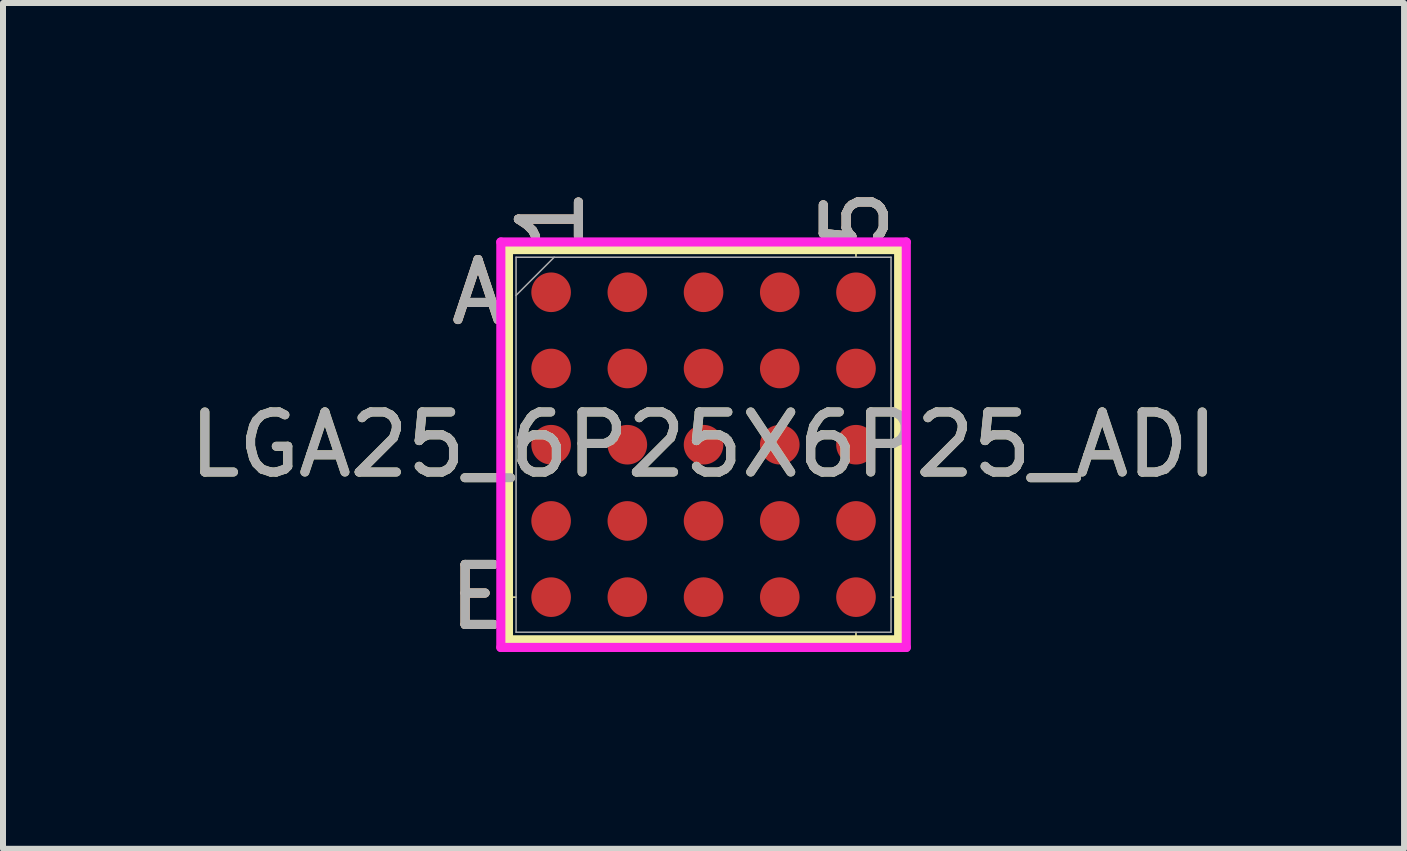
<source format=kicad_pcb>
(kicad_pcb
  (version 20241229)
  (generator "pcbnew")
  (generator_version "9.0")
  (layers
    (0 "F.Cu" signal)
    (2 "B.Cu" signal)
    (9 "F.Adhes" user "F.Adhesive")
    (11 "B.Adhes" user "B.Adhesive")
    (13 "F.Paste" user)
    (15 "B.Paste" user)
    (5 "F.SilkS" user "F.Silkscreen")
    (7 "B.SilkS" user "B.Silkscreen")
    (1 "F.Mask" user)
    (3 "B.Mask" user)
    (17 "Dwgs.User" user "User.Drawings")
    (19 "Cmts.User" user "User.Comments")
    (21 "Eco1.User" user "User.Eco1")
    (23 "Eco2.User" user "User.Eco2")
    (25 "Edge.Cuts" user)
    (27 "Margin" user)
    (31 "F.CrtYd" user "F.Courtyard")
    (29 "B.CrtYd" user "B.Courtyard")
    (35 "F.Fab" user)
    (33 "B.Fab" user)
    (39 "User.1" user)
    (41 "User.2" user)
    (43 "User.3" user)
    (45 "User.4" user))
  (footprint "LGA25_6P25X6P25_ADI"
    (layer "F.Cu")
    (at 8.673 4.36)
    (property "Reference" "LGA25_6P25X6P25_ADI" (at 0 0 0) (unlocked yes) (layer "F.SilkS") (effects (font (size 1 1) (thickness 0.15))))
    (attr smd)
    (fp_line (start -3.251 -3.251) (end -3.251 3.251) (stroke (width 0.152) (type solid)) (layer "F.SilkS"))
    (fp_line (start -3.251 3.251) (end 3.251 3.251) (stroke (width 0.152) (type solid)) (layer "F.SilkS"))
    (fp_line (start -3.127 2.54) (end -3.378 2.54) (stroke (width 0.025) (type solid)) (layer "F.SilkS"))
    (fp_line (start 2.54 -3.127) (end 2.54 -3.378) (stroke (width 0.025) (type solid)) (layer "F.SilkS"))
    (fp_line (start 2.54 3.127) (end 2.54 3.378) (stroke (width 0.025) (type solid)) (layer "F.SilkS"))
    (fp_line (start 3.127 2.54) (end 3.378 2.54) (stroke (width 0.025) (type solid)) (layer "F.SilkS"))
    (fp_line (start 3.251 -3.251) (end -3.251 -3.251) (stroke (width 0.152) (type solid)) (layer "F.SilkS"))
    (fp_line (start 3.251 3.251) (end 3.251 -3.251) (stroke (width 0.152) (type solid)) (layer "F.SilkS"))
    (fp_poly (pts (xy -3.683 -3.683) (xy 3.683 -3.683) (xy 3.683 3.683) (xy -3.683 3.683)) (stroke (width 0.1) (type solid)) (fill no) (layer "Eco2.User"))
    (fp_line (start -3.378 -3.378) (end 3.378 -3.378) (stroke (width 0.152) (type solid)) (layer "F.CrtYd"))
    (fp_line (start -3.378 3.378) (end -3.378 -3.378) (stroke (width 0.152) (type solid)) (layer "F.CrtYd"))
    (fp_line (start 3.378 -3.378) (end 3.378 3.378) (stroke (width 0.152) (type solid)) (layer "F.CrtYd"))
    (fp_line (start 3.378 3.378) (end -3.378 3.378) (stroke (width 0.152) (type solid)) (layer "F.CrtYd"))
    (fp_line (start -3.124 -3.124) (end -3.124 3.124) (stroke (width 0.025) (type solid)) (layer "F.Fab"))
    (fp_line (start -3.124 3.124) (end 3.124 3.124) (stroke (width 0.025) (type solid)) (layer "F.Fab"))
    (fp_line (start -2.489 -3.124) (end -3.124 -2.489) (stroke (width 0.025) (type solid)) (layer "F.Fab"))
    (fp_line (start 3.124 -3.124) (end -3.124 -3.124) (stroke (width 0.025) (type solid)) (layer "F.Fab"))
    (fp_line (start 3.124 3.124) (end 3.124 -3.124) (stroke (width 0.025) (type solid)) (layer "F.Fab"))
    (fp_text user "5" (at 2.54 -3.759 90) (unlocked yes) (layer "F.SilkS") (effects (font (size 1 1) (thickness 0.15))))
    (fp_text user "A" (at -3.759 -2.54 0) (unlocked yes) (layer "F.SilkS") (effects (font (size 1 1) (thickness 0.15))))
    (fp_text user "1" (at -2.54 -3.759 90) (unlocked yes) (layer "F.SilkS") (effects (font (size 1 1) (thickness 0.15))))
    (fp_text user "E" (at -3.759 2.54 0) (unlocked yes) (layer "F.SilkS") (effects (font (size 1 1) (thickness 0.15))))
    (fp_text user "E" (at -3.759 2.54 0) (unlocked yes) (layer "B.SilkS") (effects (font (size 1 1) (thickness 0.15))))
    (fp_text user "A" (at -3.759 -2.54 0) (unlocked yes) (layer "B.SilkS") (effects (font (size 1 1) (thickness 0.15))))
    (fp_text user "5" (at 2.54 -3.759 90) (unlocked yes) (layer "B.SilkS") (effects (font (size 1 1) (thickness 0.15))))
    (fp_text user "1" (at -2.54 -3.759 90) (unlocked yes) (layer "B.SilkS") (effects (font (size 1 1) (thickness 0.15))))
    (fp_text user "A" (at -3.759 -2.54 0) (unlocked yes) (layer "F.Fab") (effects (font (size 1 1) (thickness 0.15))))
    (fp_text user "1" (at -2.54 -3.759 90) (unlocked yes) (layer "F.Fab") (effects (font (size 1 1) (thickness 0.15))))
    (fp_text user "E" (at -3.759 2.54 0) (unlocked yes) (layer "F.Fab") (effects (font (size 1 1) (thickness 0.15))))
    (fp_text user "${REFERENCE}" (at 0 0 0) (unlocked yes) (layer "F.Fab") (effects (font (size 1 1) (thickness 0.15))))
    (fp_text user "5" (at 2.54 -3.759 90) (unlocked yes) (layer "F.Fab") (effects (font (size 1 1) (thickness 0.15))))
    (pad "A1" smd circle (at -2.54 -2.54) (size 0.66 0.66) (layers "F.Cu" "F.Mask" "F.Paste"))
    (pad "A2" smd circle (at -1.27 -2.54) (size 0.66 0.66) (layers "F.Cu" "F.Mask" "F.Paste"))
    (pad "A3" smd circle (at 0 -2.54) (size 0.66 0.66) (layers "F.Cu" "F.Mask" "F.Paste"))
    (pad "A4" smd circle (at 1.27 -2.54) (size 0.66 0.66) (layers "F.Cu" "F.Mask" "F.Paste"))
    (pad "A5" smd circle (at 2.54 -2.54) (size 0.66 0.66) (layers "F.Cu" "F.Mask" "F.Paste"))
    (pad "B1" smd circle (at -2.54 -1.27) (size 0.66 0.66) (layers "F.Cu" "F.Mask" "F.Paste"))
    (pad "B2" smd circle (at -1.27 -1.27) (size 0.66 0.66) (layers "F.Cu" "F.Mask" "F.Paste"))
    (pad "B3" smd circle (at 0 -1.27) (size 0.66 0.66) (layers "F.Cu" "F.Mask" "F.Paste"))
    (pad "B4" smd circle (at 1.27 -1.27) (size 0.66 0.66) (layers "F.Cu" "F.Mask" "F.Paste"))
    (pad "B5" smd circle (at 2.54 -1.27) (size 0.66 0.66) (layers "F.Cu" "F.Mask" "F.Paste"))
    (pad "C1" smd circle (at -2.54 0) (size 0.66 0.66) (layers "F.Cu" "F.Mask" "F.Paste"))
    (pad "C2" smd circle (at -1.27 0) (size 0.66 0.66) (layers "F.Cu" "F.Mask" "F.Paste"))
    (pad "C3" smd circle (at 0 0) (size 0.66 0.66) (layers "F.Cu" "F.Mask" "F.Paste"))
    (pad "C4" smd circle (at 1.27 0) (size 0.66 0.66) (layers "F.Cu" "F.Mask" "F.Paste"))
    (pad "C5" smd circle (at 2.54 0) (size 0.66 0.66) (layers "F.Cu" "F.Mask" "F.Paste"))
    (pad "D1" smd circle (at -2.54 1.27) (size 0.66 0.66) (layers "F.Cu" "F.Mask" "F.Paste"))
    (pad "D2" smd circle (at -1.27 1.27) (size 0.66 0.66) (layers "F.Cu" "F.Mask" "F.Paste"))
    (pad "D3" smd circle (at 0 1.27) (size 0.66 0.66) (layers "F.Cu" "F.Mask" "F.Paste"))
    (pad "D4" smd circle (at 1.27 1.27) (size 0.66 0.66) (layers "F.Cu" "F.Mask" "F.Paste"))
    (pad "D5" smd circle (at 2.54 1.27) (size 0.66 0.66) (layers "F.Cu" "F.Mask" "F.Paste"))
    (pad "E1" smd circle (at -2.54 2.54) (size 0.66 0.66) (layers "F.Cu" "F.Mask" "F.Paste"))
    (pad "E2" smd circle (at -1.27 2.54) (size 0.66 0.66) (layers "F.Cu" "F.Mask" "F.Paste"))
    (pad "E3" smd circle (at 0 2.54) (size 0.66 0.66) (layers "F.Cu" "F.Mask" "F.Paste"))
    (pad "E4" smd circle (at 1.27 2.54) (size 0.66 0.66) (layers "F.Cu" "F.Mask" "F.Paste"))
    (pad "E5" smd circle (at 2.54 2.54) (size 0.66 0.66) (layers "F.Cu" "F.Mask" "F.Paste")))
  (gr_rect
    (start -3 -3)
    (end 20.345 11.093)
    (stroke (width 0.1) (type default))
    (fill no)
    (layer "Edge.Cuts")))
</source>
